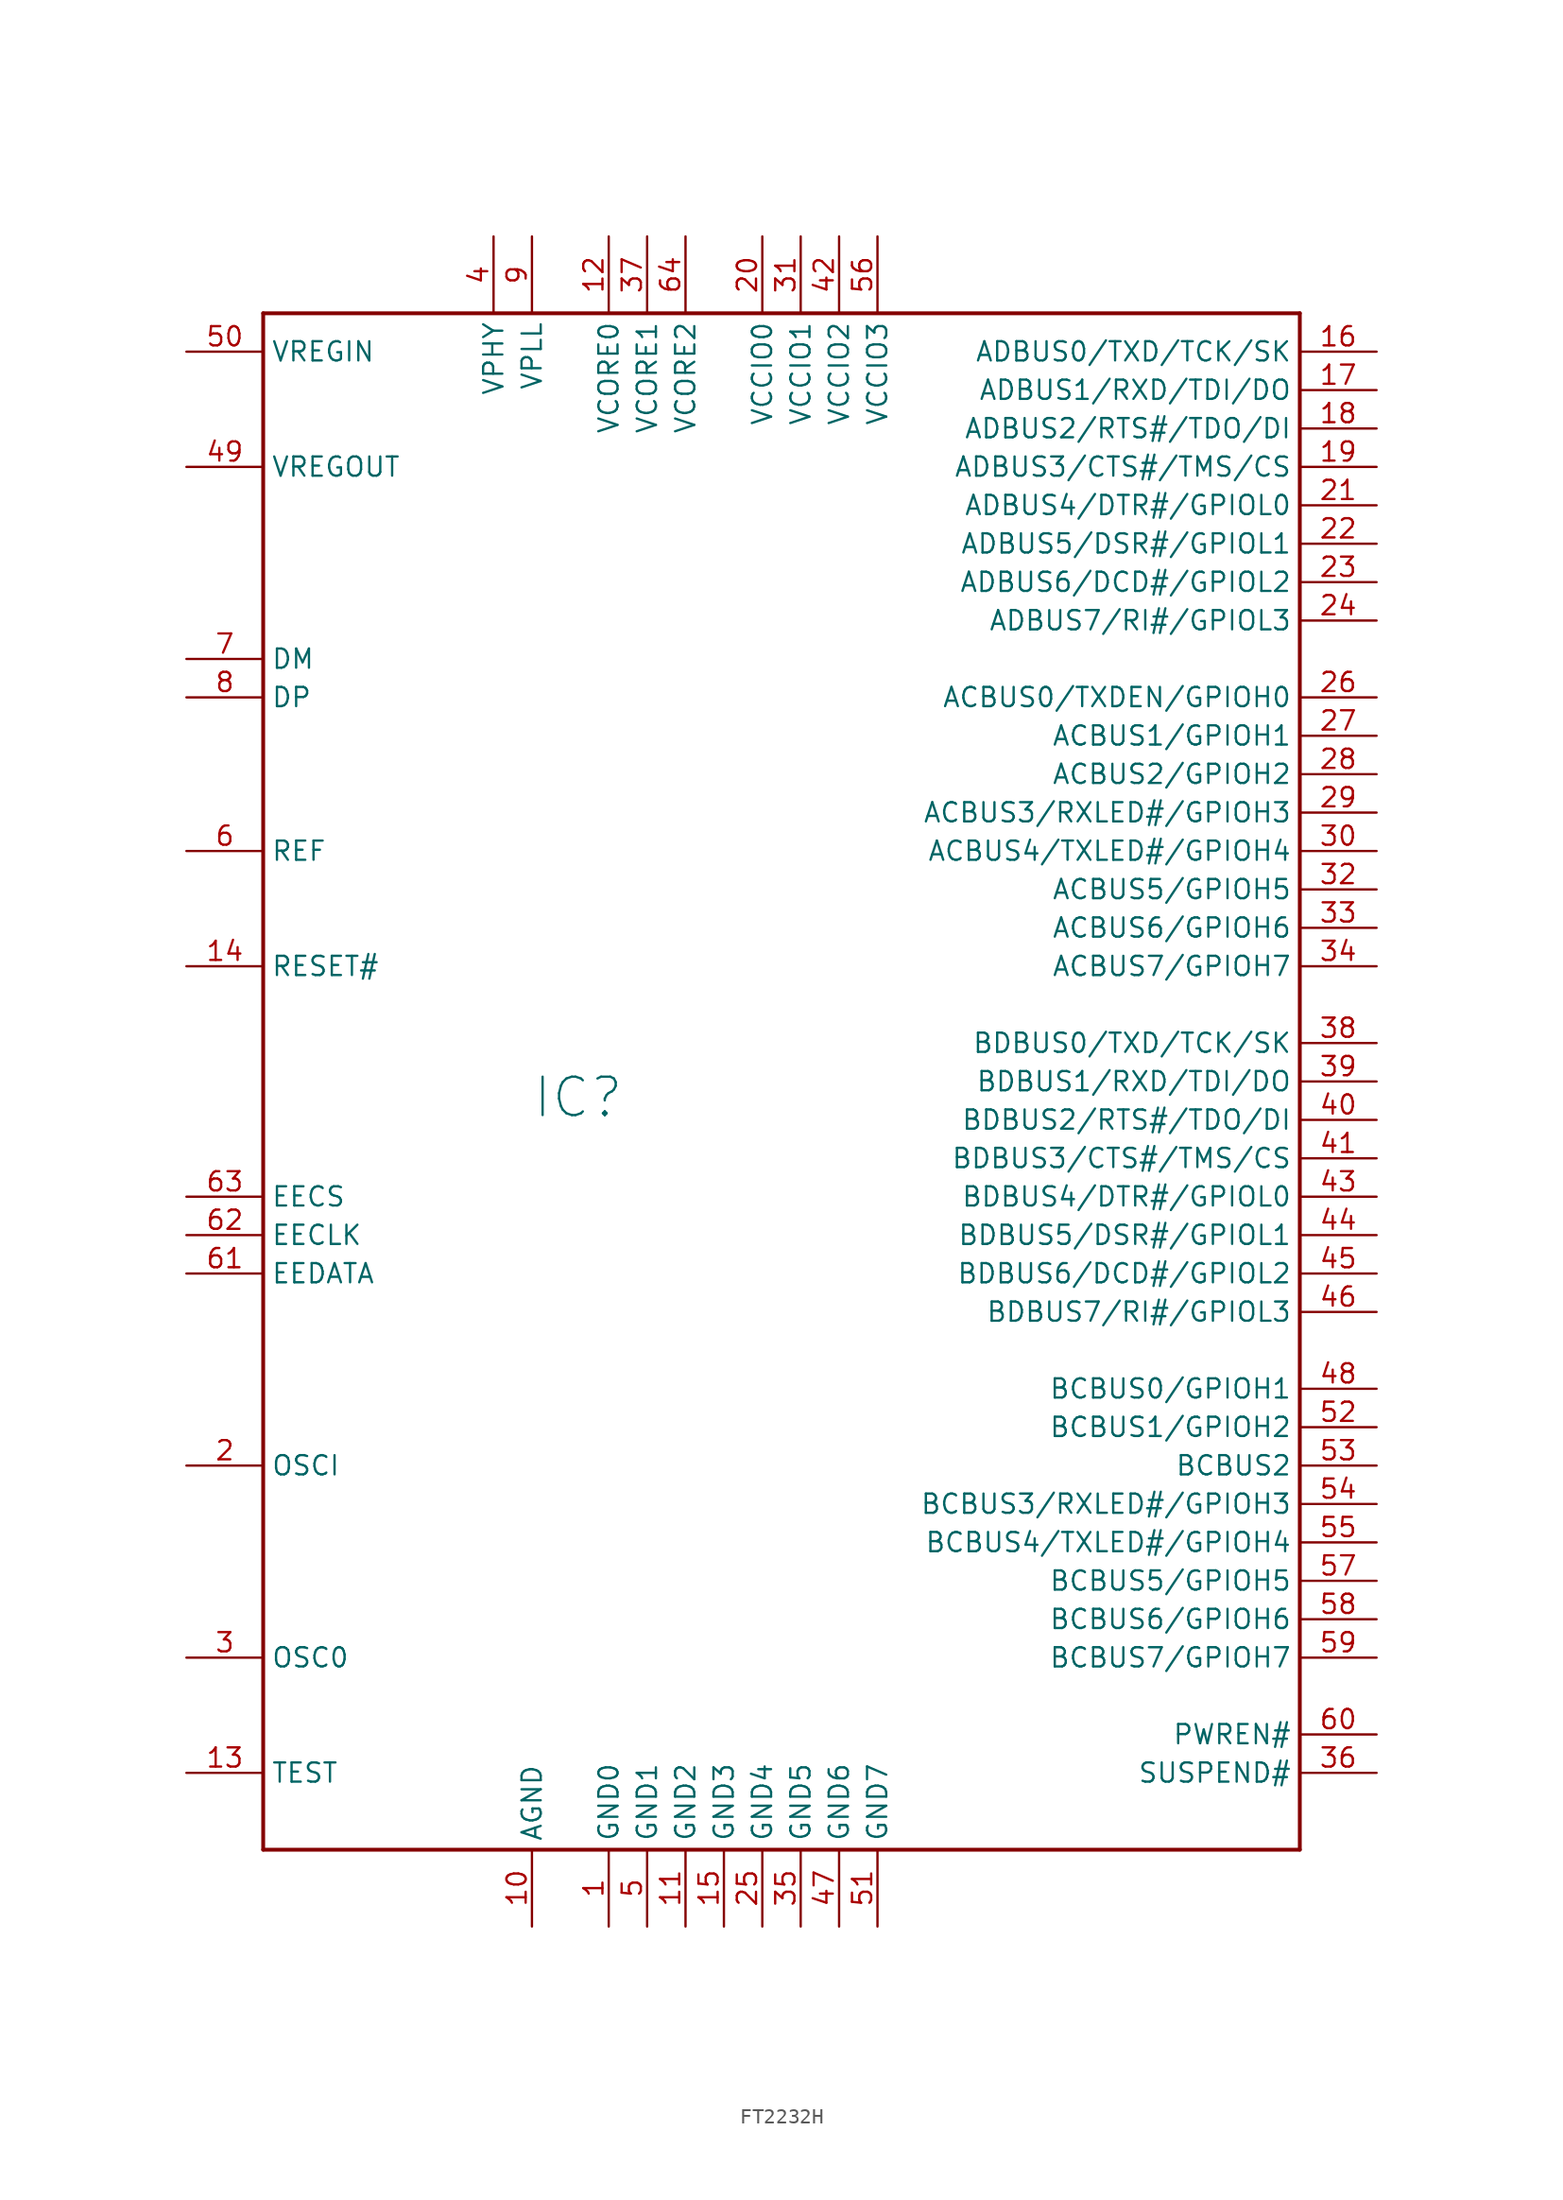
<source format=kicad_sym>
(kicad_symbol_lib
  (version 20220914)
  (generator kicad_symbol_editor)
  (symbol "FT2232H"
    (property "Reference" "IC"
      (at -12.7 0 0)
      (effects (font (size 2.54 2.54)) (justify left bottom)))
    (property "Value" ""
      (at -12.7 -5.08 0)
      (effects (font (size 2.54 2.54)) (justify left bottom)))
    (property "ki_locked" ""
      (at 0 0 0)
      (effects (font (size 1.27 1.27))))
    (symbol "FT2232H_1_0"
      (polyline (pts (xy -30.48 -48.26) (xy -30.48 53.34)) (stroke (width 0.254) (type solid)) (fill (type none)))
      (polyline (pts (xy -30.48 53.34) (xy 38.1 53.34)) (stroke (width 0.254) (type solid)) (fill (type none)))
      (polyline (pts (xy 38.1 -48.26) (xy -30.48 -48.26)) (stroke (width 0.254) (type solid)) (fill (type none)))
      (polyline (pts (xy 38.1 53.34) (xy 38.1 -48.26)) (stroke (width 0.254) (type solid)) (fill (type none)))
      (pin bidirectional line (at -7.62 -53.34 90) (length 5.08) (name "GND0" (effects (font (size 1.27 1.27)))) (number "1" (effects (font (size 1.27 1.27)))))
      (pin bidirectional line (at -12.7 -53.34 90) (length 5.08) (name "AGND" (effects (font (size 1.27 1.27)))) (number "10" (effects (font (size 1.27 1.27)))))
      (pin bidirectional line (at -2.54 -53.34 90) (length 5.08) (name "GND2" (effects (font (size 1.27 1.27)))) (number "11" (effects (font (size 1.27 1.27)))))
      (pin bidirectional line (at -7.62 58.42 270) (length 5.08) (name "VCORE0" (effects (font (size 1.27 1.27)))) (number "12" (effects (font (size 1.27 1.27)))))
      (pin bidirectional line (at -35.56 -43.18 0) (length 5.08) (name "TEST" (effects (font (size 1.27 1.27)))) (number "13" (effects (font (size 1.27 1.27)))))
      (pin bidirectional line (at -35.56 10.16 0) (length 5.08) (name "RESET#" (effects (font (size 1.27 1.27)))) (number "14" (effects (font (size 1.27 1.27)))))
      (pin bidirectional line (at 0 -53.34 90) (length 5.08) (name "GND3" (effects (font (size 1.27 1.27)))) (number "15" (effects (font (size 1.27 1.27)))))
      (pin bidirectional line (at 43.18 50.8 180) (length 5.08) (name "ADBUS0/TXD/TCK/SK" (effects (font (size 1.27 1.27)))) (number "16" (effects (font (size 1.27 1.27)))))
      (pin bidirectional line (at 43.18 48.26 180) (length 5.08) (name "ADBUS1/RXD/TDI/DO" (effects (font (size 1.27 1.27)))) (number "17" (effects (font (size 1.27 1.27)))))
      (pin bidirectional line (at 43.18 45.72 180) (length 5.08) (name "ADBUS2/RTS#/TDO/DI" (effects (font (size 1.27 1.27)))) (number "18" (effects (font (size 1.27 1.27)))))
      (pin bidirectional line (at 43.18 43.18 180) (length 5.08) (name "ADBUS3/CTS#/TMS/CS" (effects (font (size 1.27 1.27)))) (number "19" (effects (font (size 1.27 1.27)))))
      (pin bidirectional line (at -35.56 -22.86 0) (length 5.08) (name "OSCI" (effects (font (size 1.27 1.27)))) (number "2" (effects (font (size 1.27 1.27)))))
      (pin bidirectional line (at 2.54 58.42 270) (length 5.08) (name "VCCIO0" (effects (font (size 1.27 1.27)))) (number "20" (effects (font (size 1.27 1.27)))))
      (pin bidirectional line (at 43.18 40.64 180) (length 5.08) (name "ADBUS4/DTR#/GPIOL0" (effects (font (size 1.27 1.27)))) (number "21" (effects (font (size 1.27 1.27)))))
      (pin bidirectional line (at 43.18 38.1 180) (length 5.08) (name "ADBUS5/DSR#/GPIOL1" (effects (font (size 1.27 1.27)))) (number "22" (effects (font (size 1.27 1.27)))))
      (pin bidirectional line (at 43.18 35.56 180) (length 5.08) (name "ADBUS6/DCD#/GPIOL2" (effects (font (size 1.27 1.27)))) (number "23" (effects (font (size 1.27 1.27)))))
      (pin bidirectional line (at 43.18 33.02 180) (length 5.08) (name "ADBUS7/RI#/GPIOL3" (effects (font (size 1.27 1.27)))) (number "24" (effects (font (size 1.27 1.27)))))
      (pin bidirectional line (at 2.54 -53.34 90) (length 5.08) (name "GND4" (effects (font (size 1.27 1.27)))) (number "25" (effects (font (size 1.27 1.27)))))
      (pin bidirectional line (at 43.18 27.94 180) (length 5.08) (name "ACBUS0/TXDEN/GPIOH0" (effects (font (size 1.27 1.27)))) (number "26" (effects (font (size 1.27 1.27)))))
      (pin bidirectional line (at 43.18 25.4 180) (length 5.08) (name "ACBUS1/GPIOH1" (effects (font (size 1.27 1.27)))) (number "27" (effects (font (size 1.27 1.27)))))
      (pin bidirectional line (at 43.18 22.86 180) (length 5.08) (name "ACBUS2/GPIOH2" (effects (font (size 1.27 1.27)))) (number "28" (effects (font (size 1.27 1.27)))))
      (pin bidirectional line (at 43.18 20.32 180) (length 5.08) (name "ACBUS3/RXLED#/GPIOH3" (effects (font (size 1.27 1.27)))) (number "29" (effects (font (size 1.27 1.27)))))
      (pin bidirectional line (at -35.56 -35.56 0) (length 5.08) (name "OSC0" (effects (font (size 1.27 1.27)))) (number "3" (effects (font (size 1.27 1.27)))))
      (pin bidirectional line (at 43.18 17.78 180) (length 5.08) (name "ACBUS4/TXLED#/GPIOH4" (effects (font (size 1.27 1.27)))) (number "30" (effects (font (size 1.27 1.27)))))
      (pin bidirectional line (at 5.08 58.42 270) (length 5.08) (name "VCCIO1" (effects (font (size 1.27 1.27)))) (number "31" (effects (font (size 1.27 1.27)))))
      (pin bidirectional line (at 43.18 15.24 180) (length 5.08) (name "ACBUS5/GPIOH5" (effects (font (size 1.27 1.27)))) (number "32" (effects (font (size 1.27 1.27)))))
      (pin bidirectional line (at 43.18 12.7 180) (length 5.08) (name "ACBUS6/GPIOH6" (effects (font (size 1.27 1.27)))) (number "33" (effects (font (size 1.27 1.27)))))
      (pin bidirectional line (at 43.18 10.16 180) (length 5.08) (name "ACBUS7/GPIOH7" (effects (font (size 1.27 1.27)))) (number "34" (effects (font (size 1.27 1.27)))))
      (pin bidirectional line (at 5.08 -53.34 90) (length 5.08) (name "GND5" (effects (font (size 1.27 1.27)))) (number "35" (effects (font (size 1.27 1.27)))))
      (pin bidirectional line (at 43.18 -43.18 180) (length 5.08) (name "SUSPEND#" (effects (font (size 1.27 1.27)))) (number "36" (effects (font (size 1.27 1.27)))))
      (pin bidirectional line (at -5.08 58.42 270) (length 5.08) (name "VCORE1" (effects (font (size 1.27 1.27)))) (number "37" (effects (font (size 1.27 1.27)))))
      (pin bidirectional line (at 43.18 5.08 180) (length 5.08) (name "BDBUS0/TXD/TCK/SK" (effects (font (size 1.27 1.27)))) (number "38" (effects (font (size 1.27 1.27)))))
      (pin bidirectional line (at 43.18 2.54 180) (length 5.08) (name "BDBUS1/RXD/TDI/DO" (effects (font (size 1.27 1.27)))) (number "39" (effects (font (size 1.27 1.27)))))
      (pin bidirectional line (at -15.24 58.42 270) (length 5.08) (name "VPHY" (effects (font (size 1.27 1.27)))) (number "4" (effects (font (size 1.27 1.27)))))
      (pin bidirectional line (at 43.18 0 180) (length 5.08) (name "BDBUS2/RTS#/TDO/DI" (effects (font (size 1.27 1.27)))) (number "40" (effects (font (size 1.27 1.27)))))
      (pin bidirectional line (at 43.18 -2.54 180) (length 5.08) (name "BDBUS3/CTS#/TMS/CS" (effects (font (size 1.27 1.27)))) (number "41" (effects (font (size 1.27 1.27)))))
      (pin bidirectional line (at 7.62 58.42 270) (length 5.08) (name "VCCIO2" (effects (font (size 1.27 1.27)))) (number "42" (effects (font (size 1.27 1.27)))))
      (pin bidirectional line (at 43.18 -5.08 180) (length 5.08) (name "BDBUS4/DTR#/GPIOL0" (effects (font (size 1.27 1.27)))) (number "43" (effects (font (size 1.27 1.27)))))
      (pin bidirectional line (at 43.18 -7.62 180) (length 5.08) (name "BDBUS5/DSR#/GPIOL1" (effects (font (size 1.27 1.27)))) (number "44" (effects (font (size 1.27 1.27)))))
      (pin bidirectional line (at 43.18 -10.16 180) (length 5.08) (name "BDBUS6/DCD#/GPIOL2" (effects (font (size 1.27 1.27)))) (number "45" (effects (font (size 1.27 1.27)))))
      (pin bidirectional line (at 43.18 -12.7 180) (length 5.08) (name "BDBUS7/RI#/GPIOL3" (effects (font (size 1.27 1.27)))) (number "46" (effects (font (size 1.27 1.27)))))
      (pin bidirectional line (at 7.62 -53.34 90) (length 5.08) (name "GND6" (effects (font (size 1.27 1.27)))) (number "47" (effects (font (size 1.27 1.27)))))
      (pin bidirectional line (at 43.18 -17.78 180) (length 5.08) (name "BCBUS0/GPIOH1" (effects (font (size 1.27 1.27)))) (number "48" (effects (font (size 1.27 1.27)))))
      (pin bidirectional line (at -35.56 43.18 0) (length 5.08) (name "VREGOUT" (effects (font (size 1.27 1.27)))) (number "49" (effects (font (size 1.27 1.27)))))
      (pin bidirectional line (at -5.08 -53.34 90) (length 5.08) (name "GND1" (effects (font (size 1.27 1.27)))) (number "5" (effects (font (size 1.27 1.27)))))
      (pin bidirectional line (at -35.56 50.8 0) (length 5.08) (name "VREGIN" (effects (font (size 1.27 1.27)))) (number "50" (effects (font (size 1.27 1.27)))))
      (pin bidirectional line (at 10.16 -53.34 90) (length 5.08) (name "GND7" (effects (font (size 1.27 1.27)))) (number "51" (effects (font (size 1.27 1.27)))))
      (pin bidirectional line (at 43.18 -20.32 180) (length 5.08) (name "BCBUS1/GPIOH2" (effects (font (size 1.27 1.27)))) (number "52" (effects (font (size 1.27 1.27)))))
      (pin bidirectional line (at 43.18 -22.86 180) (length 5.08) (name "BCBUS2" (effects (font (size 1.27 1.27)))) (number "53" (effects (font (size 1.27 1.27)))))
      (pin bidirectional line (at 43.18 -25.4 180) (length 5.08) (name "BCBUS3/RXLED#/GPIOH3" (effects (font (size 1.27 1.27)))) (number "54" (effects (font (size 1.27 1.27)))))
      (pin bidirectional line (at 43.18 -27.94 180) (length 5.08) (name "BCBUS4/TXLED#/GPIOH4" (effects (font (size 1.27 1.27)))) (number "55" (effects (font (size 1.27 1.27)))))
      (pin bidirectional line (at 10.16 58.42 270) (length 5.08) (name "VCCIO3" (effects (font (size 1.27 1.27)))) (number "56" (effects (font (size 1.27 1.27)))))
      (pin bidirectional line (at 43.18 -30.48 180) (length 5.08) (name "BCBUS5/GPIOH5" (effects (font (size 1.27 1.27)))) (number "57" (effects (font (size 1.27 1.27)))))
      (pin bidirectional line (at 43.18 -33.02 180) (length 5.08) (name "BCBUS6/GPIOH6" (effects (font (size 1.27 1.27)))) (number "58" (effects (font (size 1.27 1.27)))))
      (pin bidirectional line (at 43.18 -35.56 180) (length 5.08) (name "BCBUS7/GPIOH7" (effects (font (size 1.27 1.27)))) (number "59" (effects (font (size 1.27 1.27)))))
      (pin bidirectional line (at -35.56 17.78 0) (length 5.08) (name "REF" (effects (font (size 1.27 1.27)))) (number "6" (effects (font (size 1.27 1.27)))))
      (pin bidirectional line (at 43.18 -40.64 180) (length 5.08) (name "PWREN#" (effects (font (size 1.27 1.27)))) (number "60" (effects (font (size 1.27 1.27)))))
      (pin bidirectional line (at -35.56 -10.16 0) (length 5.08) (name "EEDATA" (effects (font (size 1.27 1.27)))) (number "61" (effects (font (size 1.27 1.27)))))
      (pin bidirectional line (at -35.56 -7.62 0) (length 5.08) (name "EECLK" (effects (font (size 1.27 1.27)))) (number "62" (effects (font (size 1.27 1.27)))))
      (pin bidirectional line (at -35.56 -5.08 0) (length 5.08) (name "EECS" (effects (font (size 1.27 1.27)))) (number "63" (effects (font (size 1.27 1.27)))))
      (pin bidirectional line (at -2.54 58.42 270) (length 5.08) (name "VCORE2" (effects (font (size 1.27 1.27)))) (number "64" (effects (font (size 1.27 1.27)))))
      (pin bidirectional line (at -35.56 30.48 0) (length 5.08) (name "DM" (effects (font (size 1.27 1.27)))) (number "7" (effects (font (size 1.27 1.27)))))
      (pin bidirectional line (at -35.56 27.94 0) (length 5.08) (name "DP" (effects (font (size 1.27 1.27)))) (number "8" (effects (font (size 1.27 1.27)))))
      (pin bidirectional line (at -12.7 58.42 270) (length 5.08) (name "VPLL" (effects (font (size 1.27 1.27)))) (number "9" (effects (font (size 1.27 1.27))))))))
</source>
